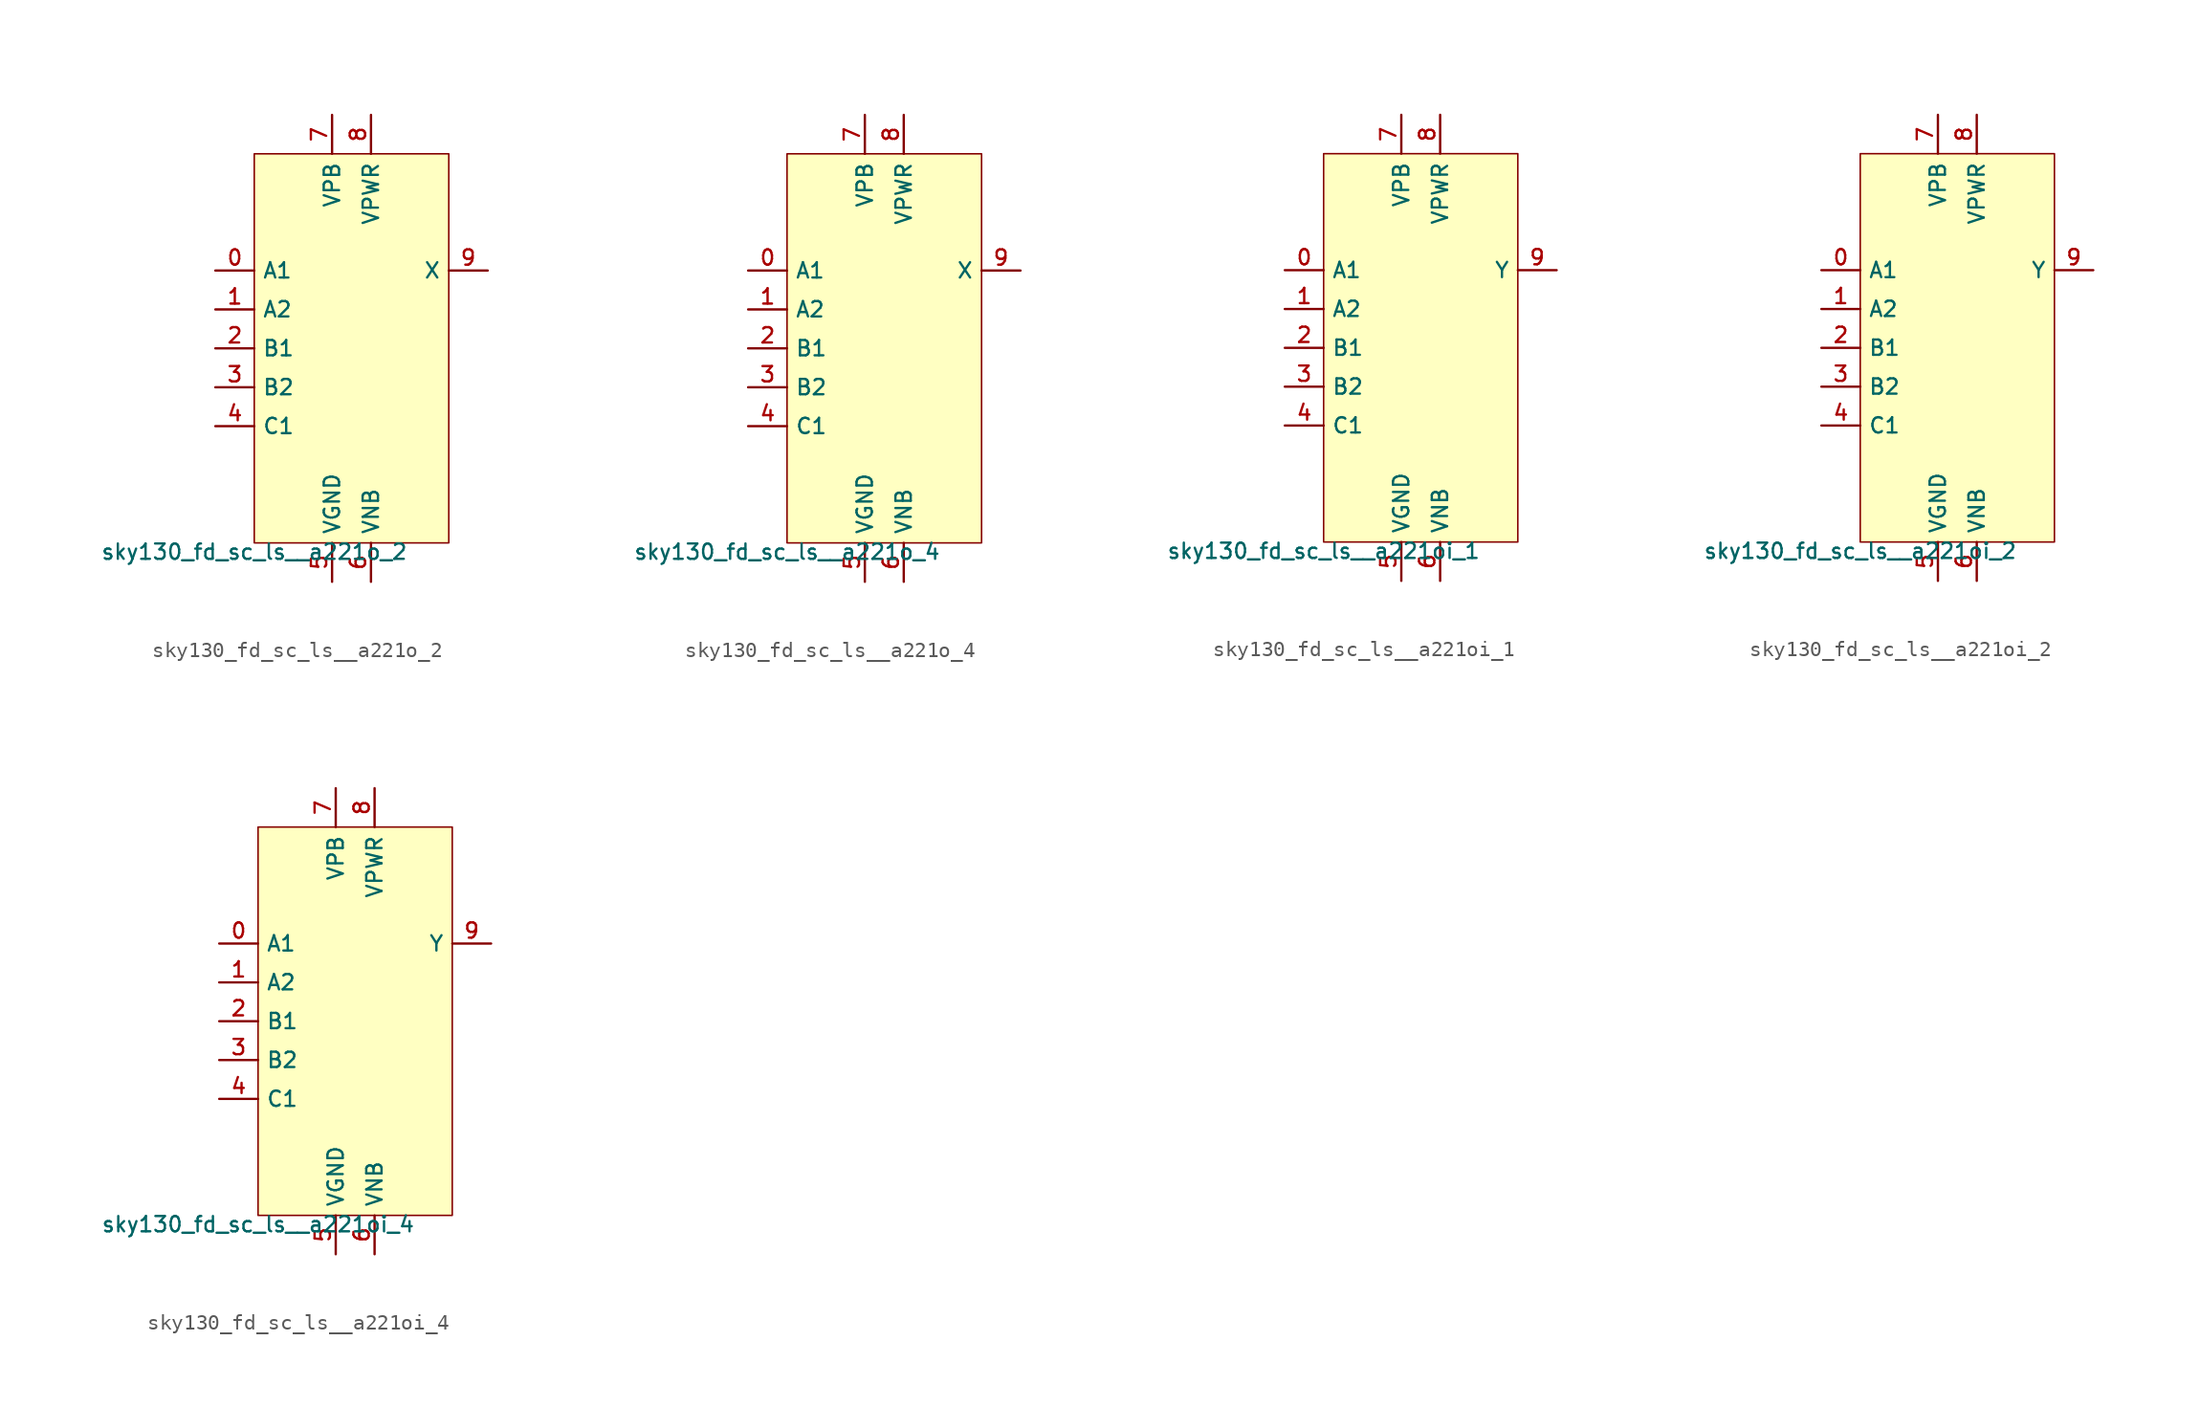
<source format=kicad_sym>
(kicad_symbol_lib
  (version 20211014)
  (generator lef2kicad_sym)
  (symbol "sky130_fd_sc_ls__a221o_2"
    (property "Reference" "X"
      (at 0 0 0)
      (effects (font (size 1 1)) hide))
    (property "Value" "sky130_fd_sc_ls__a221o_2"
      (at -6.35 -12.7 0)
      (effects (font (size 1 1)) (justify top)))
    (rectangle
      (start -6.35 -12.7)
      (end 6.35 12.7)
      (stroke (width 0.1) (type solid) (color 0 0 0 0))
      (fill (type background)))
    (pin input line
      (at -8.89 5.08 0)
      (length 2.54)
      (name "A1" (effects (font (size 1 1)) hide))
      (number "0" (effects (font (size 1 1)) hide)))
    (pin input line
      (at -8.89 2.54 0)
      (length 2.54)
      (name "A2" (effects (font (size 1 1)) hide))
      (number "1" (effects (font (size 1 1)) hide)))
    (pin input line
      (at -8.89 -8.881784197001252e-16 0)
      (length 2.54)
      (name "B1" (effects (font (size 1 1)) hide))
      (number "2" (effects (font (size 1 1)) hide)))
    (pin input line
      (at -8.89 -2.54 0)
      (length 2.54)
      (name "B2" (effects (font (size 1 1)) hide))
      (number "3" (effects (font (size 1 1)) hide)))
    (pin input line
      (at -8.89 -5.08 0)
      (length 2.54)
      (name "C1" (effects (font (size 1 1)) hide))
      (number "4" (effects (font (size 1 1)) hide)))
    (pin power_in line
      (at -1.27 -15.24 90)
      (length 2.54)
      (name "VGND" (effects (font (size 1 1)) hide))
      (number "5" (effects (font (size 1 1)) hide)))
    (pin power_in line
      (at 1.27 -15.24 90)
      (length 2.54)
      (name "VNB" (effects (font (size 1 1)) hide))
      (number "6" (effects (font (size 1 1)) hide)))
    (pin power_in line
      (at -1.27 15.24 270)
      (length 2.54)
      (name "VPB" (effects (font (size 1 1)) hide))
      (number "7" (effects (font (size 1 1)) hide)))
    (pin power_in line
      (at 1.27 15.24 270)
      (length 2.54)
      (name "VPWR" (effects (font (size 1 1)) hide))
      (number "8" (effects (font (size 1 1)) hide)))
    (pin output line
      (at 8.89 5.08 180)
      (length 2.54)
      (name "X" (effects (font (size 1 1)) hide))
      (number "9" (effects (font (size 1 1)) hide))))
  (symbol "sky130_fd_sc_ls__a221o_4"
    (property "Reference" "X"
      (at 0 0 0)
      (effects (font (size 1 1)) hide))
    (property "Value" "sky130_fd_sc_ls__a221o_4"
      (at -6.35 -12.7 0)
      (effects (font (size 1 1)) (justify top)))
    (rectangle
      (start -6.35 -12.7)
      (end 6.35 12.7)
      (stroke (width 0.1) (type solid) (color 0 0 0 0))
      (fill (type background)))
    (pin input line
      (at -8.89 5.08 0)
      (length 2.54)
      (name "A1" (effects (font (size 1 1)) hide))
      (number "0" (effects (font (size 1 1)) hide)))
    (pin input line
      (at -8.89 2.54 0)
      (length 2.54)
      (name "A2" (effects (font (size 1 1)) hide))
      (number "1" (effects (font (size 1 1)) hide)))
    (pin input line
      (at -8.89 -8.881784197001252e-16 0)
      (length 2.54)
      (name "B1" (effects (font (size 1 1)) hide))
      (number "2" (effects (font (size 1 1)) hide)))
    (pin input line
      (at -8.89 -2.54 0)
      (length 2.54)
      (name "B2" (effects (font (size 1 1)) hide))
      (number "3" (effects (font (size 1 1)) hide)))
    (pin input line
      (at -8.89 -5.08 0)
      (length 2.54)
      (name "C1" (effects (font (size 1 1)) hide))
      (number "4" (effects (font (size 1 1)) hide)))
    (pin power_in line
      (at -1.27 -15.24 90)
      (length 2.54)
      (name "VGND" (effects (font (size 1 1)) hide))
      (number "5" (effects (font (size 1 1)) hide)))
    (pin power_in line
      (at 1.27 -15.24 90)
      (length 2.54)
      (name "VNB" (effects (font (size 1 1)) hide))
      (number "6" (effects (font (size 1 1)) hide)))
    (pin power_in line
      (at -1.27 15.24 270)
      (length 2.54)
      (name "VPB" (effects (font (size 1 1)) hide))
      (number "7" (effects (font (size 1 1)) hide)))
    (pin power_in line
      (at 1.27 15.24 270)
      (length 2.54)
      (name "VPWR" (effects (font (size 1 1)) hide))
      (number "8" (effects (font (size 1 1)) hide)))
    (pin output line
      (at 8.89 5.08 180)
      (length 2.54)
      (name "X" (effects (font (size 1 1)) hide))
      (number "9" (effects (font (size 1 1)) hide))))
  (symbol "sky130_fd_sc_ls__a221oi_1"
    (property "Reference" "X"
      (at 0 0 0)
      (effects (font (size 1 1)) hide))
    (property "Value" "sky130_fd_sc_ls__a221oi_1"
      (at -6.35 -12.7 0)
      (effects (font (size 1 1)) (justify top)))
    (rectangle
      (start -6.35 -12.7)
      (end 6.35 12.7)
      (stroke (width 0.1) (type solid) (color 0 0 0 0))
      (fill (type background)))
    (pin input line
      (at -8.89 5.08 0)
      (length 2.54)
      (name "A1" (effects (font (size 1 1)) hide))
      (number "0" (effects (font (size 1 1)) hide)))
    (pin input line
      (at -8.89 2.54 0)
      (length 2.54)
      (name "A2" (effects (font (size 1 1)) hide))
      (number "1" (effects (font (size 1 1)) hide)))
    (pin input line
      (at -8.89 -8.881784197001252e-16 0)
      (length 2.54)
      (name "B1" (effects (font (size 1 1)) hide))
      (number "2" (effects (font (size 1 1)) hide)))
    (pin input line
      (at -8.89 -2.54 0)
      (length 2.54)
      (name "B2" (effects (font (size 1 1)) hide))
      (number "3" (effects (font (size 1 1)) hide)))
    (pin input line
      (at -8.89 -5.08 0)
      (length 2.54)
      (name "C1" (effects (font (size 1 1)) hide))
      (number "4" (effects (font (size 1 1)) hide)))
    (pin power_in line
      (at -1.27 -15.24 90)
      (length 2.54)
      (name "VGND" (effects (font (size 1 1)) hide))
      (number "5" (effects (font (size 1 1)) hide)))
    (pin power_in line
      (at 1.27 -15.24 90)
      (length 2.54)
      (name "VNB" (effects (font (size 1 1)) hide))
      (number "6" (effects (font (size 1 1)) hide)))
    (pin power_in line
      (at -1.27 15.24 270)
      (length 2.54)
      (name "VPB" (effects (font (size 1 1)) hide))
      (number "7" (effects (font (size 1 1)) hide)))
    (pin power_in line
      (at 1.27 15.24 270)
      (length 2.54)
      (name "VPWR" (effects (font (size 1 1)) hide))
      (number "8" (effects (font (size 1 1)) hide)))
    (pin output line
      (at 8.89 5.08 180)
      (length 2.54)
      (name "Y" (effects (font (size 1 1)) hide))
      (number "9" (effects (font (size 1 1)) hide))))
  (symbol "sky130_fd_sc_ls__a221oi_2"
    (property "Reference" "X"
      (at 0 0 0)
      (effects (font (size 1 1)) hide))
    (property "Value" "sky130_fd_sc_ls__a221oi_2"
      (at -6.35 -12.7 0)
      (effects (font (size 1 1)) (justify top)))
    (rectangle
      (start -6.35 -12.7)
      (end 6.35 12.7)
      (stroke (width 0.1) (type solid) (color 0 0 0 0))
      (fill (type background)))
    (pin input line
      (at -8.89 5.08 0)
      (length 2.54)
      (name "A1" (effects (font (size 1 1)) hide))
      (number "0" (effects (font (size 1 1)) hide)))
    (pin input line
      (at -8.89 2.54 0)
      (length 2.54)
      (name "A2" (effects (font (size 1 1)) hide))
      (number "1" (effects (font (size 1 1)) hide)))
    (pin input line
      (at -8.89 -8.881784197001252e-16 0)
      (length 2.54)
      (name "B1" (effects (font (size 1 1)) hide))
      (number "2" (effects (font (size 1 1)) hide)))
    (pin input line
      (at -8.89 -2.54 0)
      (length 2.54)
      (name "B2" (effects (font (size 1 1)) hide))
      (number "3" (effects (font (size 1 1)) hide)))
    (pin input line
      (at -8.89 -5.08 0)
      (length 2.54)
      (name "C1" (effects (font (size 1 1)) hide))
      (number "4" (effects (font (size 1 1)) hide)))
    (pin power_in line
      (at -1.27 -15.24 90)
      (length 2.54)
      (name "VGND" (effects (font (size 1 1)) hide))
      (number "5" (effects (font (size 1 1)) hide)))
    (pin power_in line
      (at 1.27 -15.24 90)
      (length 2.54)
      (name "VNB" (effects (font (size 1 1)) hide))
      (number "6" (effects (font (size 1 1)) hide)))
    (pin power_in line
      (at -1.27 15.24 270)
      (length 2.54)
      (name "VPB" (effects (font (size 1 1)) hide))
      (number "7" (effects (font (size 1 1)) hide)))
    (pin power_in line
      (at 1.27 15.24 270)
      (length 2.54)
      (name "VPWR" (effects (font (size 1 1)) hide))
      (number "8" (effects (font (size 1 1)) hide)))
    (pin output line
      (at 8.89 5.08 180)
      (length 2.54)
      (name "Y" (effects (font (size 1 1)) hide))
      (number "9" (effects (font (size 1 1)) hide))))
  (symbol "sky130_fd_sc_ls__a221oi_4"
    (property "Reference" "X"
      (at 0 0 0)
      (effects (font (size 1 1)) hide))
    (property "Value" "sky130_fd_sc_ls__a221oi_4"
      (at -6.35 -12.7 0)
      (effects (font (size 1 1)) (justify top)))
    (rectangle
      (start -6.35 -12.7)
      (end 6.35 12.7)
      (stroke (width 0.1) (type solid) (color 0 0 0 0))
      (fill (type background)))
    (pin input line
      (at -8.89 5.08 0)
      (length 2.54)
      (name "A1" (effects (font (size 1 1)) hide))
      (number "0" (effects (font (size 1 1)) hide)))
    (pin input line
      (at -8.89 2.54 0)
      (length 2.54)
      (name "A2" (effects (font (size 1 1)) hide))
      (number "1" (effects (font (size 1 1)) hide)))
    (pin input line
      (at -8.89 -8.881784197001252e-16 0)
      (length 2.54)
      (name "B1" (effects (font (size 1 1)) hide))
      (number "2" (effects (font (size 1 1)) hide)))
    (pin input line
      (at -8.89 -2.54 0)
      (length 2.54)
      (name "B2" (effects (font (size 1 1)) hide))
      (number "3" (effects (font (size 1 1)) hide)))
    (pin input line
      (at -8.89 -5.08 0)
      (length 2.54)
      (name "C1" (effects (font (size 1 1)) hide))
      (number "4" (effects (font (size 1 1)) hide)))
    (pin power_in line
      (at -1.27 -15.24 90)
      (length 2.54)
      (name "VGND" (effects (font (size 1 1)) hide))
      (number "5" (effects (font (size 1 1)) hide)))
    (pin power_in line
      (at 1.27 -15.24 90)
      (length 2.54)
      (name "VNB" (effects (font (size 1 1)) hide))
      (number "6" (effects (font (size 1 1)) hide)))
    (pin power_in line
      (at -1.27 15.24 270)
      (length 2.54)
      (name "VPB" (effects (font (size 1 1)) hide))
      (number "7" (effects (font (size 1 1)) hide)))
    (pin power_in line
      (at 1.27 15.24 270)
      (length 2.54)
      (name "VPWR" (effects (font (size 1 1)) hide))
      (number "8" (effects (font (size 1 1)) hide)))
    (pin output line
      (at 8.89 5.08 180)
      (length 2.54)
      (name "Y" (effects (font (size 1 1)) hide))
      (number "9" (effects (font (size 1 1)) hide)))))
</source>
